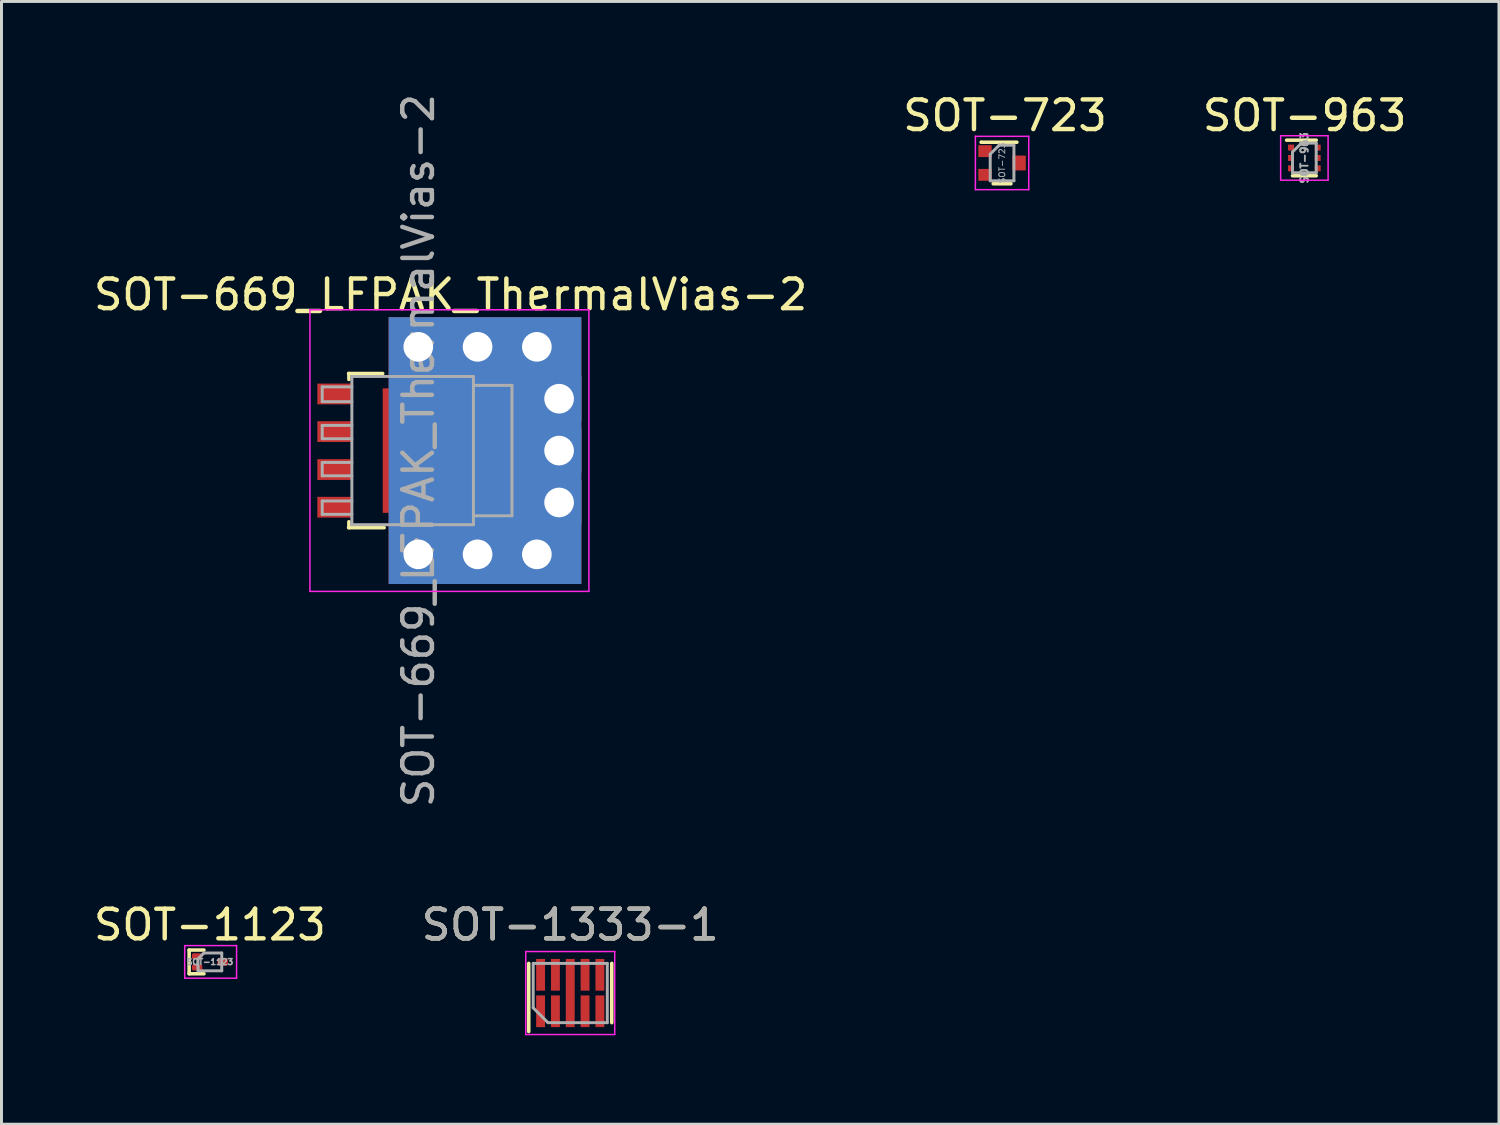
<source format=kicad_pcb>
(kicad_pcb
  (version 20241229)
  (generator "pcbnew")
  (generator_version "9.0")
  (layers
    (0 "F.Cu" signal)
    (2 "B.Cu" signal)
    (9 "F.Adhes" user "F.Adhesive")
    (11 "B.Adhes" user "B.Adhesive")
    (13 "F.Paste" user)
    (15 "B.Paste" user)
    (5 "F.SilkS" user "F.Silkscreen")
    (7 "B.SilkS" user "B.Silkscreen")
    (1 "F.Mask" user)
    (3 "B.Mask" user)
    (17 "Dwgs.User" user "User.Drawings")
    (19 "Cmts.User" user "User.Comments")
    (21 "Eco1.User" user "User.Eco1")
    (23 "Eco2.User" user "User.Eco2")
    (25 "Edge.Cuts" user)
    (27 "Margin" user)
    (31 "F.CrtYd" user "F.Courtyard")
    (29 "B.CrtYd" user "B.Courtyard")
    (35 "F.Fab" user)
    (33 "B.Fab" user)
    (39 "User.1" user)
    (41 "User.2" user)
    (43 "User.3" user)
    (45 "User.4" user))
  (footprint "SOT-963"
    (layer "F.Cu")
    (at 40.948 2.278)
    (property "Reference" "SOT-963" (at 0.01 -1.43 0) (layer "F.SilkS") (effects (font (size 1 1) (thickness 0.15))))
    (attr smd)
    (fp_line (start 0.4 -0.6) (end -0.6 -0.6) (stroke (width 0.12) (type solid)) (layer "F.SilkS"))
    (fp_line (start 0.4 0.6) (end -0.4 0.6) (stroke (width 0.12) (type solid)) (layer "F.SilkS"))
    (fp_line (start -0.8 -0.75) (end 0.8 -0.75) (stroke (width 0.05) (type solid)) (layer "F.CrtYd"))
    (fp_line (start -0.8 0.75) (end -0.8 -0.75) (stroke (width 0.05) (type solid)) (layer "F.CrtYd"))
    (fp_line (start 0.8 -0.75) (end 0.8 0.75) (stroke (width 0.05) (type solid)) (layer "F.CrtYd"))
    (fp_line (start 0.8 0.75) (end -0.8 0.75) (stroke (width 0.05) (type solid)) (layer "F.CrtYd"))
    (fp_line (start -0.4 -0.2) (end -0.1 -0.5) (stroke (width 0.1) (type solid)) (layer "F.Fab"))
    (fp_line (start -0.4 0.5) (end -0.4 -0.2) (stroke (width 0.1) (type solid)) (layer "F.Fab"))
    (fp_line (start -0.1 -0.5) (end 0.4 -0.5) (stroke (width 0.1) (type solid)) (layer "F.Fab"))
    (fp_line (start 0.4 -0.5) (end 0.4 0.5) (stroke (width 0.1) (type solid)) (layer "F.Fab"))
    (fp_line (start 0.4 0.5) (end -0.4 0.5) (stroke (width 0.1) (type solid)) (layer "F.Fab"))
    (fp_text user "${REFERENCE}" (at 0 0 90) (layer "F.Fab") (effects (font (size 0.25 0.25) (thickness 0.062))))
    (pad "1" smd rect (at -0.45 -0.35) (size 0.2 0.2) (layers "F.Cu" "F.Mask" "F.Paste"))
    (pad "2" smd rect (at -0.45 0) (size 0.2 0.2) (layers "F.Cu" "F.Mask" "F.Paste"))
    (pad "3" smd rect (at -0.45 0.35) (size 0.2 0.2) (layers "F.Cu" "F.Mask" "F.Paste"))
    (pad "4" smd rect (at 0.45 0.35) (size 0.2 0.2) (layers "F.Cu" "F.Mask" "F.Paste"))
    (pad "5" smd rect (at 0.45 0) (size 0.2 0.2) (layers "F.Cu" "F.Mask" "F.Paste"))
    (pad "6" smd rect (at 0.45 -0.35) (size 0.2 0.2) (layers "F.Cu" "F.Mask" "F.Paste")))
  (footprint "SOT-1333-1"
    (layer "F.Cu")
    (at 16.185 30.446)
    (property "Reference" "SOT-1333-1" (at 0 -2.3 0) (layer "F.SilkS") (effects (font (size 1 1) (thickness 0.15))))
    (attr smd)
    (fp_line (start -1.4 -1) (end -1.4 1.3) (stroke (width 0.12) (type solid)) (layer "F.SilkS"))
    (fp_line (start 1.4 -1) (end 1.4 1) (stroke (width 0.12) (type solid)) (layer "F.SilkS"))
    (fp_line (start -1.5 -1.4) (end 1.5 -1.4) (stroke (width 0.05) (type solid)) (layer "F.CrtYd"))
    (fp_line (start -1.5 1.4) (end -1.5 -1.4) (stroke (width 0.05) (type solid)) (layer "F.CrtYd"))
    (fp_line (start 1.5 -1.4) (end 1.5 1.4) (stroke (width 0.05) (type solid)) (layer "F.CrtYd"))
    (fp_line (start 1.5 1.4) (end -1.5 1.4) (stroke (width 0.05) (type solid)) (layer "F.CrtYd"))
    (fp_line (start -1.25 -1) (end 1.25 -1) (stroke (width 0.1) (type solid)) (layer "F.Fab"))
    (fp_line (start -1.25 0.5) (end -1.25 -1) (stroke (width 0.1) (type solid)) (layer "F.Fab"))
    (fp_line (start -0.75 1) (end -1.25 0.5) (stroke (width 0.1) (type solid)) (layer "F.Fab"))
    (fp_line (start 1.25 -1) (end 1.25 1) (stroke (width 0.1) (type solid)) (layer "F.Fab"))
    (fp_line (start 1.25 1) (end -0.75 1) (stroke (width 0.1) (type solid)) (layer "F.Fab"))
    (fp_text user "${REFERENCE}" (at 0 -2.3 0) (layer "F.Fab") (effects (font (size 1 1) (thickness 0.15))))
    (pad "1" smd rect (at -1 0.615) (size 0.3 1.07) (layers "F.Cu" "F.Mask" "F.Paste"))
    (pad "2" smd rect (at -0.5 0.615) (size 0.3 1.07) (layers "F.Cu" "F.Mask" "F.Paste"))
    (pad "3" smd rect (at 0 0) (size 0.3 2.3) (layers "F.Cu" "F.Mask" "F.Paste"))
    (pad "4" smd rect (at 0.5 0.615) (size 0.3 1.07) (layers "F.Cu" "F.Mask" "F.Paste"))
    (pad "5" smd rect (at 1 0.615) (size 0.3 1.07) (layers "F.Cu" "F.Mask" "F.Paste"))
    (pad "6" smd rect (at 1 -0.615) (size 0.3 1.07) (layers "F.Cu" "F.Mask" "F.Paste"))
    (pad "7" smd rect (at 0.5 -0.615) (size 0.3 1.07) (layers "F.Cu" "F.Mask" "F.Paste"))
    (pad "8" smd rect (at -0.5 -0.615) (size 0.3 1.07) (layers "F.Cu" "F.Mask" "F.Paste"))
    (pad "9" smd rect (at -1 -0.615) (size 0.3 1.07) (layers "F.Cu" "F.Mask" "F.Paste")))
  (footprint "SOT-669_LFPAK_ThermalVias-2"
    (layer "F.Cu")
    (at 11.064 12.149)
    (property "Reference" "SOT-669_LFPAK_ThermalVias-2" (at 1.085 -5.26 0) (layer "F.SilkS") (effects (font (size 1 1) (thickness 0.15))))
    (attr smd)
    (fp_line (start -2.355 -2.6) (end -1.205 -2.6) (stroke (width 0.12) (type solid)) (layer "F.SilkS"))
    (fp_line (start -2.355 2.6) (end -1.155 2.6) (stroke (width 0.12) (type solid)) (layer "F.SilkS"))
    (fp_line (start -2.345 -2.6) (end -2.345 -2.4) (stroke (width 0.12) (type solid)) (layer "F.SilkS"))
    (fp_line (start -2.345 2.4) (end -2.345 2.6) (stroke (width 0.12) (type solid)) (layer "F.SilkS"))
    (fp_line (start -3.66 4.75) (end -3.66 -4.75) (stroke (width 0.05) (type solid)) (layer "F.CrtYd"))
    (fp_line (start -3.66 4.75) (end 5.75 4.75) (stroke (width 0.05) (type solid)) (layer "F.CrtYd"))
    (fp_line (start 5.75 -4.75) (end -3.66 -4.75) (stroke (width 0.05) (type solid)) (layer "F.CrtYd"))
    (fp_line (start 5.75 -4.75) (end 5.75 4.75) (stroke (width 0.05) (type solid)) (layer "F.CrtYd"))
    (fp_line (start -3.245 -2.15) (end -3.245 -1.65) (stroke (width 0.1) (type solid)) (layer "F.Fab"))
    (fp_line (start -3.245 -2.15) (end -2.245 -2.15) (stroke (width 0.1) (type solid)) (layer "F.Fab"))
    (fp_line (start -3.245 -1.65) (end -2.245 -1.65) (stroke (width 0.1) (type solid)) (layer "F.Fab"))
    (fp_line (start -3.245 -0.85) (end -3.245 -0.4) (stroke (width 0.1) (type solid)) (layer "F.Fab"))
    (fp_line (start -3.245 -0.4) (end -2.245 -0.4) (stroke (width 0.1) (type solid)) (layer "F.Fab"))
    (fp_line (start -3.245 0.4) (end -3.245 0.85) (stroke (width 0.1) (type solid)) (layer "F.Fab"))
    (fp_line (start -3.245 0.85) (end -2.245 0.85) (stroke (width 0.1) (type solid)) (layer "F.Fab"))
    (fp_line (start -3.245 1.7) (end -3.245 2.15) (stroke (width 0.1) (type solid)) (layer "F.Fab"))
    (fp_line (start -3.245 2.15) (end -2.245 2.15) (stroke (width 0.1) (type solid)) (layer "F.Fab"))
    (fp_line (start -2.245 -2.5) (end -2.245 2.5) (stroke (width 0.1) (type solid)) (layer "F.Fab"))
    (fp_line (start -2.245 -0.85) (end -3.245 -0.85) (stroke (width 0.1) (type solid)) (layer "F.Fab"))
    (fp_line (start -2.245 0.4) (end -3.245 0.4) (stroke (width 0.1) (type solid)) (layer "F.Fab"))
    (fp_line (start -2.245 1.7) (end -3.245 1.7) (stroke (width 0.1) (type solid)) (layer "F.Fab"))
    (fp_line (start -2.245 2.5) (end 1.855 2.5) (stroke (width 0.1) (type solid)) (layer "F.Fab"))
    (fp_line (start 1.855 -2.5) (end -2.245 -2.5) (stroke (width 0.1) (type solid)) (layer "F.Fab"))
    (fp_line (start 1.855 2.5) (end 1.855 -2.5) (stroke (width 0.1) (type solid)) (layer "F.Fab"))
    (fp_line (start 3.155 -2.2) (end 1.855 -2.2) (stroke (width 0.1) (type solid)) (layer "F.Fab"))
    (fp_line (start 3.155 -2.2) (end 3.155 2.2) (stroke (width 0.1) (type solid)) (layer "F.Fab"))
    (fp_line (start 3.155 2.2) (end 1.855 2.2) (stroke (width 0.1) (type solid)) (layer "F.Fab"))
    (fp_text user "${REFERENCE}" (at 0 0 90) (layer "F.Fab") (effects (font (size 1 1) (thickness 0.15))))
    (pad "" smd rect (at -0.655 -1.15) (size 0.6 0.9) (layers "F.Paste"))
    (pad "" smd rect (at -0.655 0) (size 0.6 0.9) (layers "F.Paste"))
    (pad "" smd rect (at -0.655 1.15) (size 0.6 0.9) (layers "F.Paste"))
    (pad "" smd rect (at 0.195 -1.15) (size 0.6 0.9) (layers "F.Paste"))
    (pad "" smd rect (at 0.195 0) (size 0.6 0.9) (layers "F.Paste"))
    (pad "" smd rect (at 0.195 1.15) (size 0.6 0.9) (layers "F.Paste"))
    (pad "" smd rect (at 1.045 -1.15) (size 0.6 0.9) (layers "F.Paste"))
    (pad "" smd rect (at 1.045 0) (size 0.6 0.9) (layers "F.Paste"))
    (pad "" smd rect (at 1.045 1.15) (size 0.6 0.9) (layers "F.Paste"))
    (pad "" smd rect (at 2.895 -1.88 270) (size 0.6 0.9) (layers "F.Paste"))
    (pad "" smd rect (at 2.895 -0.6 270) (size 0.6 0.9) (layers "F.Paste"))
    (pad "" smd rect (at 2.895 0.6 270) (size 0.6 0.9) (layers "F.Paste"))
    (pad "" smd rect (at 2.895 1.88 270) (size 0.6 0.9) (layers "F.Paste"))
    (pad "1" smd rect (at -2.835 -1.91 270) (size 0.7 1.15) (layers "F.Cu" "F.Mask" "F.Paste"))
    (pad "2" smd rect (at -2.835 -0.64 270) (size 0.7 1.15) (layers "F.Cu" "F.Mask" "F.Paste"))
    (pad "3" smd rect (at -2.835 0.64 270) (size 0.7 1.15) (layers "F.Cu" "F.Mask" "F.Paste"))
    (pad "4" smd rect (at -2.835 1.91 270) (size 0.7 1.15) (layers "F.Cu" "F.Mask" "F.Paste"))
    (pad "5" thru_hole rect (at -0.005 -3.5 270) (size 1.5 1.5) (drill 1) (layers "*.Cu"))
    (pad "5" thru_hole rect (at -0.005 3.5 270) (size 1.5 1.5) (drill 1) (layers "*.Cu"))
    (pad "5" smd rect (at 0.445 0 270) (size 4.2 3.3) (layers "F.Cu" "F.Mask"))
    (pad "5" thru_hole rect (at 1.995 -3.5 270) (size 1.5 1.5) (drill 1) (layers "*.Cu"))
    (pad "5" thru_hole rect (at 1.995 3.5 270) (size 1.5 1.5) (drill 1) (layers "*.Cu"))
    (pad "5" smd rect (at 2.245 0 270) (size 9 6.5) (layers "F.Cu"))
    (pad "5" smd rect (at 2.245 0 270) (size 9 6.5) (layers "B.Cu"))
    (pad "5" smd rect (at 2.645 0 270) (size 4.7 1.55) (layers "F.Cu" "F.Mask"))
    (pad "5" thru_hole rect (at 3.995 -3.5 270) (size 1.5 1.5) (drill 1) (layers "*.Cu"))
    (pad "5" thru_hole rect (at 3.995 3.5 270) (size 1.5 1.5) (drill 1) (layers "*.Cu"))
    (pad "5" thru_hole rect (at 4.745 -1.75 270) (size 1.5 1.5) (drill 1) (layers "*.Cu"))
    (pad "5" thru_hole rect (at 4.745 0 270) (size 1.5 1.5) (drill 1) (layers "*.Cu"))
    (pad "5" thru_hole rect (at 4.745 1.75 270) (size 1.5 1.5) (drill 1) (layers "*.Cu")))
  (footprint "SOT-723"
    (layer "F.Cu")
    (at 30.751 2.448)
    (property "Reference" "SOT-723" (at 0.1 -1.6 0) (layer "F.SilkS") (effects (font (size 1 1) (thickness 0.15))))
    (attr smd)
    (fp_line (start -0.7 -0.7) (end -0.7 -0.7) (stroke (width 0.12) (type solid)) (layer "F.SilkS"))
    (fp_line (start 0.3 0.7) (end -0.3 0.7) (stroke (width 0.12) (type solid)) (layer "F.SilkS"))
    (fp_line (start 0.5 -0.7) (end -0.7 -0.7) (stroke (width 0.12) (type solid)) (layer "F.SilkS"))
    (fp_line (start -0.9 -0.9) (end -0.9 -0.9) (stroke (width 0.05) (type solid)) (layer "F.CrtYd"))
    (fp_line (start -0.9 -0.9) (end 0.9 -0.9) (stroke (width 0.05) (type solid)) (layer "F.CrtYd"))
    (fp_line (start -0.9 0.9) (end -0.9 -0.9) (stroke (width 0.05) (type solid)) (layer "F.CrtYd"))
    (fp_line (start 0.9 -0.9) (end 0.9 0.9) (stroke (width 0.05) (type solid)) (layer "F.CrtYd"))
    (fp_line (start 0.9 0.9) (end -0.9 0.9) (stroke (width 0.05) (type solid)) (layer "F.CrtYd"))
    (fp_line (start -0.4 -0.3) (end -0.1 -0.6) (stroke (width 0.1) (type solid)) (layer "F.Fab"))
    (fp_line (start -0.4 0.6) (end -0.4 -0.3) (stroke (width 0.1) (type solid)) (layer "F.Fab"))
    (fp_line (start -0.1 -0.6) (end 0.4 -0.6) (stroke (width 0.1) (type solid)) (layer "F.Fab"))
    (fp_line (start 0.4 -0.6) (end 0.4 0.6) (stroke (width 0.1) (type solid)) (layer "F.Fab"))
    (fp_line (start 0.4 0.6) (end -0.4 0.6) (stroke (width 0.1) (type solid)) (layer "F.Fab"))
    (fp_text user "${REFERENCE}" (at 0 0 90) (layer "F.Fab") (effects (font (size 0.2 0.2) (thickness 0.03))))
    (pad "1" smd rect (at -0.575 -0.4) (size 0.45 0.4) (layers "F.Cu" "F.Mask" "F.Paste"))
    (pad "2" smd rect (at -0.575 0.4) (size 0.45 0.4) (layers "F.Cu" "F.Mask" "F.Paste"))
    (pad "3" smd rect (at 0.575 0) (size 0.45 0.5) (layers "F.Cu" "F.Mask" "F.Paste")))
  (footprint "SOT-1123"
    (layer "F.Cu")
    (at 4.03 29.396)
    (property "Reference" "SOT-1123" (at 0 -1.25 0) (layer "F.SilkS") (effects (font (size 1 1) (thickness 0.15))))
    (attr smd)
    (fp_line (start -0.7 -0.4) (end -0.7 0.4) (stroke (width 0.12) (type solid)) (layer "F.SilkS"))
    (fp_line (start -0.7 0.4) (end -0.2 0.4) (stroke (width 0.12) (type solid)) (layer "F.SilkS"))
    (fp_line (start -0.2 -0.4) (end -0.7 -0.4) (stroke (width 0.12) (type solid)) (layer "F.SilkS"))
    (fp_line (start -0.85 -0.55) (end 0.9 -0.55) (stroke (width 0.05) (type solid)) (layer "F.CrtYd"))
    (fp_line (start -0.85 0.55) (end -0.85 -0.55) (stroke (width 0.05) (type solid)) (layer "F.CrtYd"))
    (fp_line (start 0.9 -0.55) (end 0.9 0.55) (stroke (width 0.05) (type solid)) (layer "F.CrtYd"))
    (fp_line (start 0.9 0.55) (end -0.85 0.55) (stroke (width 0.05) (type solid)) (layer "F.CrtYd"))
    (fp_line (start -0.4 -0.1) (end -0.4 0.3) (stroke (width 0.1) (type solid)) (layer "F.Fab"))
    (fp_line (start -0.4 0.3) (end 0.4 0.3) (stroke (width 0.1) (type solid)) (layer "F.Fab"))
    (fp_line (start -0.2 -0.3) (end -0.4 -0.1) (stroke (width 0.1) (type solid)) (layer "F.Fab"))
    (fp_line (start 0.4 -0.3) (end -0.2 -0.3) (stroke (width 0.1) (type solid)) (layer "F.Fab"))
    (fp_line (start 0.4 0.3) (end 0.4 -0.3) (stroke (width 0.1) (type solid)) (layer "F.Fab"))
    (fp_text user "${REFERENCE}" (at 0 0 0) (layer "F.Fab") (effects (font (size 0.2 0.2) (thickness 0.05))))
    (pad "1" smd roundrect (at -0.43 -0.19) (size 0.35 0.2) (layers "F.Cu" "F.Mask" "F.Paste") (roundrect_rratio 0.25))
    (pad "2" smd roundrect (at -0.43 0.19) (size 0.35 0.2) (layers "F.Cu" "F.Mask" "F.Paste") (roundrect_rratio 0.25))
    (pad "3" smd roundrect (at 0.43 0) (size 0.35 0.26) (layers "F.Cu" "F.Mask" "F.Paste") (roundrect_rratio 0.25)))
  (gr_rect
    (start -3 -3)
    (end 47.512 34.871)
    (stroke (width 0.1) (type default))
    (fill no)
    (layer "Edge.Cuts")))
</source>
